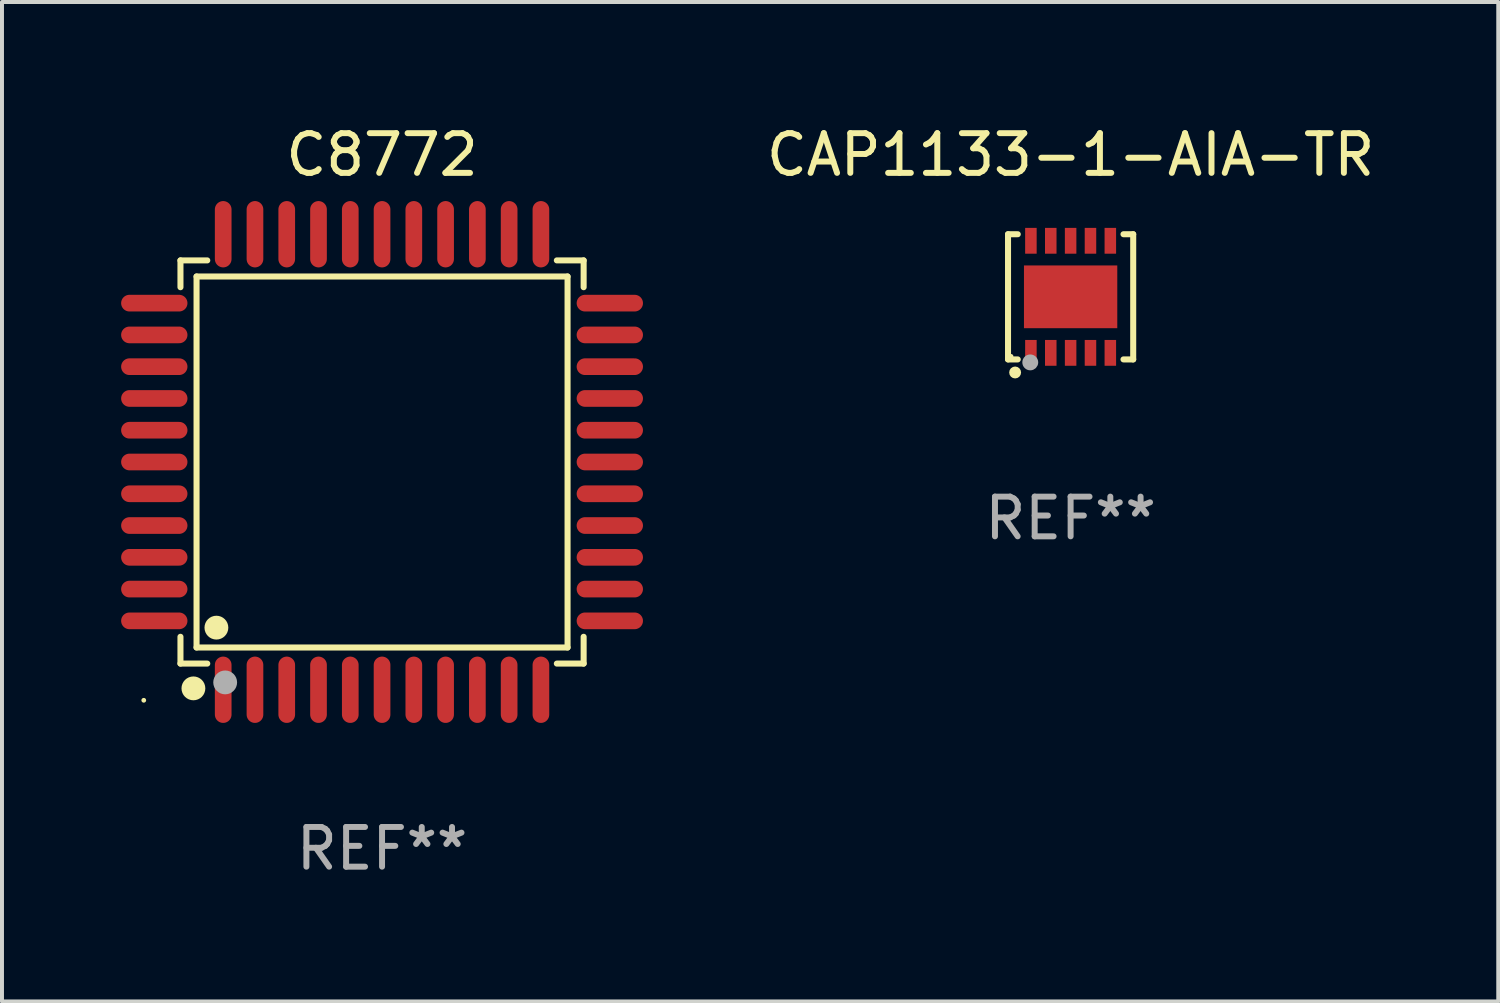
<source format=kicad_pcb>
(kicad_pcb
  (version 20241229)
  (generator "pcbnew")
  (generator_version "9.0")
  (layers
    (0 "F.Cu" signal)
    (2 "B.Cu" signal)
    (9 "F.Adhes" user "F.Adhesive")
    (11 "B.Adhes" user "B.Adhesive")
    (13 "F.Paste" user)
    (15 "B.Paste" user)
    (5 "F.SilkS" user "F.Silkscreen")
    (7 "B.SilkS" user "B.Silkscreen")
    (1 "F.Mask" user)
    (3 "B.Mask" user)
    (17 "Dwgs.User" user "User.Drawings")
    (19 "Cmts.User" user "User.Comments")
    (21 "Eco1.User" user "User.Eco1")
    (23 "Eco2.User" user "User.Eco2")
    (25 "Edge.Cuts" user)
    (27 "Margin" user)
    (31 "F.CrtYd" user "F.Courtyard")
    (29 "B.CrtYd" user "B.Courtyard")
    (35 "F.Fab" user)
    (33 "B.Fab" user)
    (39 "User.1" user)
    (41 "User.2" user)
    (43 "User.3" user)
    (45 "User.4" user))
  (footprint "C8772"
    (layer "F.Cu")
    (at 6.57 8.583)
    (property "Reference" "C8772" (at 0 -7.735 0) (layer "F.SilkS") (effects (font (size 1 1) (thickness 0.15))))
    (attr through_hole)
    (fp_line (start -5.076 -5.076) (end -4.401 -5.076) (stroke (width 0.152) (type solid)) (layer "F.SilkS"))
    (fp_line (start -5.076 -4.401) (end -5.076 -5.076) (stroke (width 0.152) (type solid)) (layer "F.SilkS"))
    (fp_line (start -5.076 4.401) (end -5.076 5.076) (stroke (width 0.152) (type solid)) (layer "F.SilkS"))
    (fp_line (start -5.076 5.076) (end -4.401 5.076) (stroke (width 0.152) (type solid)) (layer "F.SilkS"))
    (fp_line (start -4.671 -4.671) (end 4.671 -4.671) (stroke (width 0.152) (type solid)) (layer "F.SilkS"))
    (fp_line (start -4.671 4.671) (end -4.671 -4.671) (stroke (width 0.152) (type solid)) (layer "F.SilkS"))
    (fp_line (start 4.671 -4.671) (end 4.671 4.671) (stroke (width 0.152) (type solid)) (layer "F.SilkS"))
    (fp_line (start 4.671 4.671) (end -4.671 4.671) (stroke (width 0.152) (type solid)) (layer "F.SilkS"))
    (fp_line (start 5.076 -5.076) (end 4.401 -5.076) (stroke (width 0.152) (type solid)) (layer "F.SilkS"))
    (fp_line (start 5.076 -4.401) (end 5.076 -5.076) (stroke (width 0.152) (type solid)) (layer "F.SilkS"))
    (fp_line (start 5.076 4.401) (end 5.076 5.076) (stroke (width 0.152) (type solid)) (layer "F.SilkS"))
    (fp_line (start 5.076 5.076) (end 4.401 5.076) (stroke (width 0.152) (type solid)) (layer "F.SilkS"))
    (fp_circle (center -6 6) (end -5.97 6) (stroke (width 0.06) (type solid)) (fill no) (layer "F.SilkS"))
    (fp_circle (center -4.75 5.7) (end -4.6 5.7) (stroke (width 0.3) (type solid)) (fill no) (layer "F.SilkS"))
    (fp_circle (center -4.171 4.171) (end -4.021 4.171) (stroke (width 0.3) (type solid)) (fill no) (layer "F.SilkS"))
    (fp_circle (center -3.95 5.55) (end -3.8 5.55) (stroke (width 0.3) (type solid)) (fill no) (layer "F.Fab"))
    (fp_text user "REF**" (at 0 9.735 0) (layer "F.Fab") (effects (font (size 1 1) (thickness 0.15))))
    (pad "1" smd oval (at -4 5.735) (size 0.42 1.67) (layers "F.Cu" "F.Mask" "F.Paste"))
    (pad "2" smd oval (at -3.2 5.735) (size 0.42 1.67) (layers "F.Cu" "F.Mask" "F.Paste"))
    (pad "3" smd oval (at -2.4 5.735) (size 0.42 1.67) (layers "F.Cu" "F.Mask" "F.Paste"))
    (pad "4" smd oval (at -1.6 5.735) (size 0.42 1.67) (layers "F.Cu" "F.Mask" "F.Paste"))
    (pad "5" smd oval (at -0.8 5.735) (size 0.42 1.67) (layers "F.Cu" "F.Mask" "F.Paste"))
    (pad "6" smd oval (at 0 5.735) (size 0.42 1.67) (layers "F.Cu" "F.Mask" "F.Paste"))
    (pad "7" smd oval (at 0.8 5.735) (size 0.42 1.67) (layers "F.Cu" "F.Mask" "F.Paste"))
    (pad "8" smd oval (at 1.6 5.735) (size 0.42 1.67) (layers "F.Cu" "F.Mask" "F.Paste"))
    (pad "9" smd oval (at 2.4 5.735) (size 0.42 1.67) (layers "F.Cu" "F.Mask" "F.Paste"))
    (pad "10" smd oval (at 3.2 5.735) (size 0.42 1.67) (layers "F.Cu" "F.Mask" "F.Paste"))
    (pad "11" smd oval (at 4 5.735) (size 0.42 1.67) (layers "F.Cu" "F.Mask" "F.Paste"))
    (pad "12" smd oval (at 5.735 4) (size 1.67 0.42) (layers "F.Cu" "F.Mask" "F.Paste"))
    (pad "13" smd oval (at 5.735 3.2) (size 1.67 0.42) (layers "F.Cu" "F.Mask" "F.Paste"))
    (pad "14" smd oval (at 5.735 2.4) (size 1.67 0.42) (layers "F.Cu" "F.Mask" "F.Paste"))
    (pad "15" smd oval (at 5.735 1.6) (size 1.67 0.42) (layers "F.Cu" "F.Mask" "F.Paste"))
    (pad "16" smd oval (at 5.735 0.8) (size 1.67 0.42) (layers "F.Cu" "F.Mask" "F.Paste"))
    (pad "17" smd oval (at 5.735 0) (size 1.67 0.42) (layers "F.Cu" "F.Mask" "F.Paste"))
    (pad "18" smd oval (at 5.735 -0.8) (size 1.67 0.42) (layers "F.Cu" "F.Mask" "F.Paste"))
    (pad "19" smd oval (at 5.735 -1.6) (size 1.67 0.42) (layers "F.Cu" "F.Mask" "F.Paste"))
    (pad "20" smd oval (at 5.735 -2.4) (size 1.67 0.42) (layers "F.Cu" "F.Mask" "F.Paste"))
    (pad "21" smd oval (at 5.735 -3.2) (size 1.67 0.42) (layers "F.Cu" "F.Mask" "F.Paste"))
    (pad "22" smd oval (at 5.735 -4) (size 1.67 0.42) (layers "F.Cu" "F.Mask" "F.Paste"))
    (pad "23" smd oval (at 4 -5.735) (size 0.42 1.67) (layers "F.Cu" "F.Mask" "F.Paste"))
    (pad "24" smd oval (at 3.2 -5.735) (size 0.42 1.67) (layers "F.Cu" "F.Mask" "F.Paste"))
    (pad "25" smd oval (at 2.4 -5.735) (size 0.42 1.67) (layers "F.Cu" "F.Mask" "F.Paste"))
    (pad "26" smd oval (at 1.6 -5.735) (size 0.42 1.67) (layers "F.Cu" "F.Mask" "F.Paste"))
    (pad "27" smd oval (at 0.8 -5.735) (size 0.42 1.67) (layers "F.Cu" "F.Mask" "F.Paste"))
    (pad "28" smd oval (at 0 -5.735) (size 0.42 1.67) (layers "F.Cu" "F.Mask" "F.Paste"))
    (pad "29" smd oval (at -0.8 -5.735) (size 0.42 1.67) (layers "F.Cu" "F.Mask" "F.Paste"))
    (pad "30" smd oval (at -1.6 -5.735) (size 0.42 1.67) (layers "F.Cu" "F.Mask" "F.Paste"))
    (pad "31" smd oval (at -2.4 -5.735) (size 0.42 1.67) (layers "F.Cu" "F.Mask" "F.Paste"))
    (pad "32" smd oval (at -3.2 -5.735) (size 0.42 1.67) (layers "F.Cu" "F.Mask" "F.Paste"))
    (pad "33" smd oval (at -4 -5.735) (size 0.42 1.67) (layers "F.Cu" "F.Mask" "F.Paste"))
    (pad "34" smd oval (at -5.735 -4) (size 1.67 0.42) (layers "F.Cu" "F.Mask" "F.Paste"))
    (pad "35" smd oval (at -5.735 -3.2) (size 1.67 0.42) (layers "F.Cu" "F.Mask" "F.Paste"))
    (pad "36" smd oval (at -5.735 -2.4) (size 1.67 0.42) (layers "F.Cu" "F.Mask" "F.Paste"))
    (pad "37" smd oval (at -5.735 -1.6) (size 1.67 0.42) (layers "F.Cu" "F.Mask" "F.Paste"))
    (pad "38" smd oval (at -5.735 -0.8) (size 1.67 0.42) (layers "F.Cu" "F.Mask" "F.Paste"))
    (pad "39" smd oval (at -5.735 0) (size 1.67 0.42) (layers "F.Cu" "F.Mask" "F.Paste"))
    (pad "40" smd oval (at -5.735 0.8) (size 1.67 0.42) (layers "F.Cu" "F.Mask" "F.Paste"))
    (pad "41" smd oval (at -5.735 1.6) (size 1.67 0.42) (layers "F.Cu" "F.Mask" "F.Paste"))
    (pad "42" smd oval (at -5.735 2.4) (size 1.67 0.42) (layers "F.Cu" "F.Mask" "F.Paste"))
    (pad "43" smd oval (at -5.735 3.2) (size 1.67 0.42) (layers "F.Cu" "F.Mask" "F.Paste"))
    (pad "44" smd oval (at -5.735 4) (size 1.67 0.42) (layers "F.Cu" "F.Mask" "F.Paste")))
  (footprint "CAP1133-1-AIA-TR"
    (layer "F.Cu")
    (at 23.908 4.424)
    (property "Reference" "CAP1133-1-AIA-TR" (at 0 -3.576 0) (layer "F.SilkS") (effects (font (size 1 1) (thickness 0.15))))
    (attr through_hole)
    (fp_line (start -1.576 -1.576) (end -1.331 -1.576) (stroke (width 0.152) (type solid)) (layer "F.SilkS"))
    (fp_line (start -1.576 1.576) (end -1.576 -1.576) (stroke (width 0.152) (type solid)) (layer "F.SilkS"))
    (fp_line (start -1.331 1.576) (end -1.576 1.576) (stroke (width 0.152) (type solid)) (layer "F.SilkS"))
    (fp_line (start 1.331 1.576) (end 1.576 1.576) (stroke (width 0.152) (type solid)) (layer "F.SilkS"))
    (fp_line (start 1.576 -1.576) (end 1.331 -1.576) (stroke (width 0.152) (type solid)) (layer "F.SilkS"))
    (fp_line (start 1.576 1.576) (end 1.576 -1.576) (stroke (width 0.152) (type solid)) (layer "F.SilkS"))
    (fp_circle (center -1.5 1.5) (end -1.47 1.5) (stroke (width 0.06) (type solid)) (fill no) (layer "F.SilkS"))
    (fp_circle (center -1.397 1.905) (end -1.322 1.905) (stroke (width 0.15) (type solid)) (fill no) (layer "F.SilkS"))
    (fp_circle (center -1.016 1.651) (end -0.916 1.651) (stroke (width 0.2) (type solid)) (fill no) (layer "F.Fab"))
    (fp_text user "REF**" (at 0 5.576 0) (layer "F.Fab") (effects (font (size 1 1) (thickness 0.15))))
    (pad "1" smd rect (at -1 1.411) (size 0.29 0.65) (layers "F.Cu" "F.Mask" "F.Paste"))
    (pad "2" smd rect (at -0.5 1.411) (size 0.29 0.65) (layers "F.Cu" "F.Mask" "F.Paste"))
    (pad "3" smd rect (at 0 1.411) (size 0.29 0.65) (layers "F.Cu" "F.Mask" "F.Paste"))
    (pad "4" smd rect (at 0.5 1.411) (size 0.29 0.65) (layers "F.Cu" "F.Mask" "F.Paste"))
    (pad "5" smd rect (at 1 1.411) (size 0.29 0.65) (layers "F.Cu" "F.Mask" "F.Paste"))
    (pad "6" smd rect (at 1 -1.411) (size 0.29 0.65) (layers "F.Cu" "F.Mask" "F.Paste"))
    (pad "7" smd rect (at 0.5 -1.411) (size 0.29 0.65) (layers "F.Cu" "F.Mask" "F.Paste"))
    (pad "8" smd rect (at 0 -1.411) (size 0.29 0.65) (layers "F.Cu" "F.Mask" "F.Paste"))
    (pad "9" smd rect (at -0.5 -1.411) (size 0.29 0.65) (layers "F.Cu" "F.Mask" "F.Paste"))
    (pad "10" smd rect (at -1 -1.411) (size 0.29 0.65) (layers "F.Cu" "F.Mask" "F.Paste"))
    (pad "11" smd rect (at 0 0) (size 2.35 1.58) (layers "F.Cu" "F.Mask" "F.Paste")))
  (gr_rect
    (start -3 -3)
    (end 34.676 22.167)
    (stroke (width 0.1) (type default))
    (fill no)
    (layer "Edge.Cuts")))
</source>
